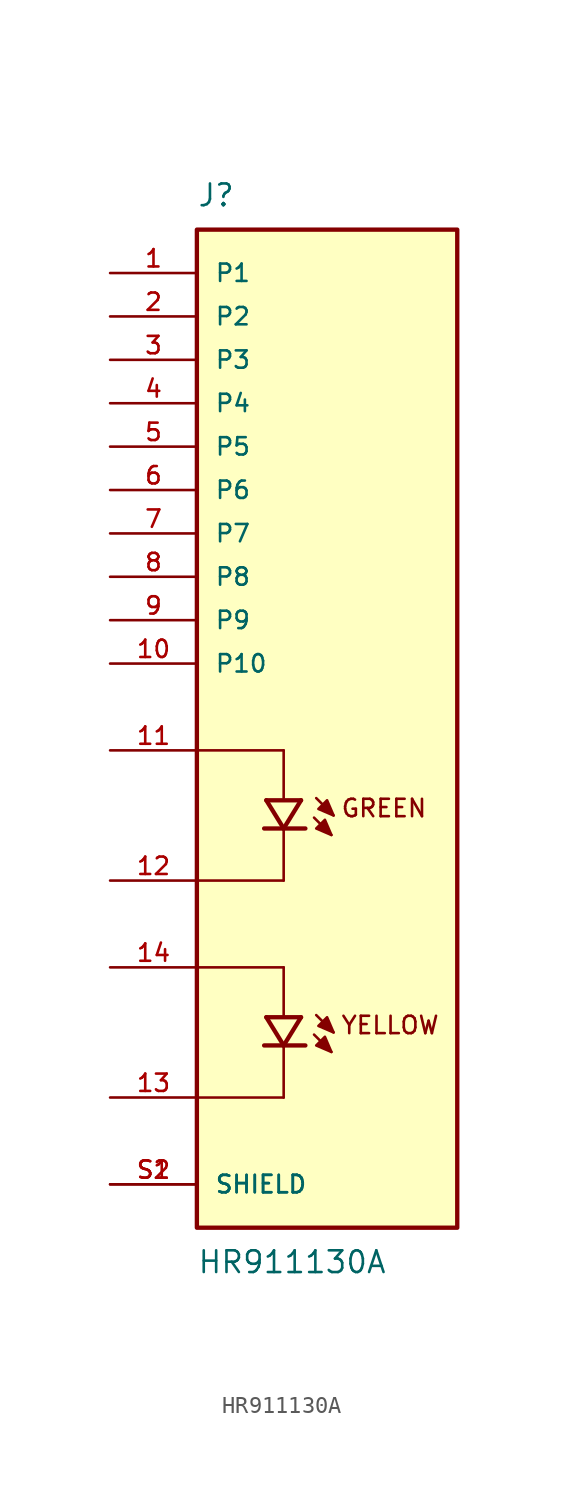
<source format=kicad_sym>
(kicad_symbol_lib
  (version 20211014)
  (generator kicad_symbol_editor)
  (symbol "HR911130A"
    (pin_names
      (offset 1.016))
    (property "Reference" "J"
      (at -7.62 29.21 0)
      (effects (font (size 1.27 1.27)) (justify bottom left)))
    (property "Value" "HR911130A"
      (at -7.62 -31.75 0)
      (effects (font (size 1.27 1.27)) (justify top left)))
    (symbol "HR911130A_0_0"
      (text "YELLOW" (at 0.762 -18.034 0) (effects (font (size 1.016 1.016)) (justify top left)))
      (text "GREEN" (at 0.762 -5.334 0) (effects (font (size 1.016 1.016)) (justify top left)))
      (polyline (pts (xy -3.556 -5.461) (xy -2.54 -7.112)) (stroke (width 0.254)))
      (polyline (pts (xy -2.54 -7.112) (xy -1.524 -5.461)) (stroke (width 0.254)))
      (polyline (pts (xy -3.683 -7.112) (xy -2.54 -7.112)) (stroke (width 0.254)))
      (polyline (pts (xy -2.54 -7.112) (xy -1.27 -7.112)) (stroke (width 0.254)))
      (polyline (pts (xy -3.556 -5.461) (xy -1.524 -5.461)) (stroke (width 0.254)))
      (polyline (pts (xy -0.635 -5.334) (xy 0.381 -6.35)) (stroke (width 0.152)))
      (polyline (pts (xy -0.762 -6.477) (xy 0.254 -7.493)) (stroke (width 0.152)))
      (polyline (pts (xy -2.54 -2.54) (xy -2.54 -5.334)) (stroke (width 0.152)))
      (polyline (pts (xy -2.54 -7.239) (xy -2.54 -10.16)) (stroke (width 0.152)))
      (polyline (pts (xy -7.62 -2.54) (xy -2.54 -2.54)) (stroke (width 0.152)))
      (polyline (pts (xy -2.54 -10.16) (xy -7.62 -10.16)) (stroke (width 0.152)))
      (polyline (pts (xy 0.381 -6.35) (xy 0.0 -5.461) (xy -0.508 -5.969) (xy 0.381 -6.35)) (stroke (width 0.152)) (fill (type outline)))
      (polyline (pts (xy 0.254 -7.493) (xy -0.127 -6.604) (xy -0.635 -7.112) (xy 0.254 -7.493)) (stroke (width 0.152)) (fill (type outline)))
      (polyline (pts (xy -3.556 -18.161) (xy -2.54 -19.812)) (stroke (width 0.254)))
      (polyline (pts (xy -2.54 -19.812) (xy -1.524 -18.161)) (stroke (width 0.254)))
      (polyline (pts (xy -3.683 -19.812) (xy -2.54 -19.812)) (stroke (width 0.254)))
      (polyline (pts (xy -2.54 -19.812) (xy -1.27 -19.812)) (stroke (width 0.254)))
      (polyline (pts (xy -3.556 -18.161) (xy -1.524 -18.161)) (stroke (width 0.254)))
      (polyline (pts (xy -0.635 -18.034) (xy 0.381 -19.05)) (stroke (width 0.152)))
      (polyline (pts (xy -0.762 -19.177) (xy 0.254 -20.193)) (stroke (width 0.152)))
      (polyline (pts (xy -2.54 -15.24) (xy -2.54 -18.034)) (stroke (width 0.152)))
      (polyline (pts (xy -2.54 -19.939) (xy -2.54 -22.86)) (stroke (width 0.152)))
      (polyline (pts (xy -7.62 -15.24) (xy -2.54 -15.24)) (stroke (width 0.152)))
      (polyline (pts (xy -2.54 -22.86) (xy -7.62 -22.86)) (stroke (width 0.152)))
      (polyline (pts (xy 0.381 -19.05) (xy 0.0 -18.161) (xy -0.508 -18.669) (xy 0.381 -19.05)) (stroke (width 0.152)) (fill (type outline)))
      (polyline (pts (xy 0.254 -20.193) (xy -0.127 -19.304) (xy -0.635 -19.812) (xy 0.254 -20.193)) (stroke (width 0.152)) (fill (type outline)))
      (rectangle (start -7.62 -30.48) (end 7.62 27.94) (stroke (width 0.254)) (fill (type background)))
      (pin passive line (at -12.7 -10.16 0) (length 5.08) (name "~" (effects (font (size 1.016 1.016)))) (number "12" (effects (font (size 1.016 1.016)))))
      (pin passive line (at -12.7 -2.54 0) (length 5.08) (name "~" (effects (font (size 1.016 1.016)))) (number "11" (effects (font (size 1.016 1.016)))))
      (pin passive line (at -12.7 -27.94 0) (length 5.08) (name "SHIELD" (effects (font (size 1.016 1.016)))) (number "S1" (effects (font (size 1.016 1.016)))))
      (pin passive line (at -12.7 -27.94 0) (length 5.08) (name "SHIELD" (effects (font (size 1.016 1.016)))) (number "S2" (effects (font (size 1.016 1.016)))))
      (pin passive line (at -12.7 -22.86 0) (length 5.08) (name "~" (effects (font (size 1.016 1.016)))) (number "13" (effects (font (size 1.016 1.016)))))
      (pin passive line (at -12.7 -15.24 0) (length 5.08) (name "~" (effects (font (size 1.016 1.016)))) (number "14" (effects (font (size 1.016 1.016)))))
      (pin passive line (at -12.7 25.4 0) (length 5.08) (name "P1" (effects (font (size 1.016 1.016)))) (number "1" (effects (font (size 1.016 1.016)))))
      (pin passive line (at -12.7 2.54 0) (length 5.08) (name "P10" (effects (font (size 1.016 1.016)))) (number "10" (effects (font (size 1.016 1.016)))))
      (pin passive line (at -12.7 22.86 0) (length 5.08) (name "P2" (effects (font (size 1.016 1.016)))) (number "2" (effects (font (size 1.016 1.016)))))
      (pin passive line (at -12.7 20.32 0) (length 5.08) (name "P3" (effects (font (size 1.016 1.016)))) (number "3" (effects (font (size 1.016 1.016)))))
      (pin passive line (at -12.7 17.78 0) (length 5.08) (name "P4" (effects (font (size 1.016 1.016)))) (number "4" (effects (font (size 1.016 1.016)))))
      (pin passive line (at -12.7 15.24 0) (length 5.08) (name "P5" (effects (font (size 1.016 1.016)))) (number "5" (effects (font (size 1.016 1.016)))))
      (pin passive line (at -12.7 12.7 0) (length 5.08) (name "P6" (effects (font (size 1.016 1.016)))) (number "6" (effects (font (size 1.016 1.016)))))
      (pin passive line (at -12.7 10.16 0) (length 5.08) (name "P7" (effects (font (size 1.016 1.016)))) (number "7" (effects (font (size 1.016 1.016)))))
      (pin passive line (at -12.7 7.62 0) (length 5.08) (name "P8" (effects (font (size 1.016 1.016)))) (number "8" (effects (font (size 1.016 1.016)))))
      (pin passive line (at -12.7 5.08 0) (length 5.08) (name "P9" (effects (font (size 1.016 1.016)))) (number "9" (effects (font (size 1.016 1.016))))))))
</source>
